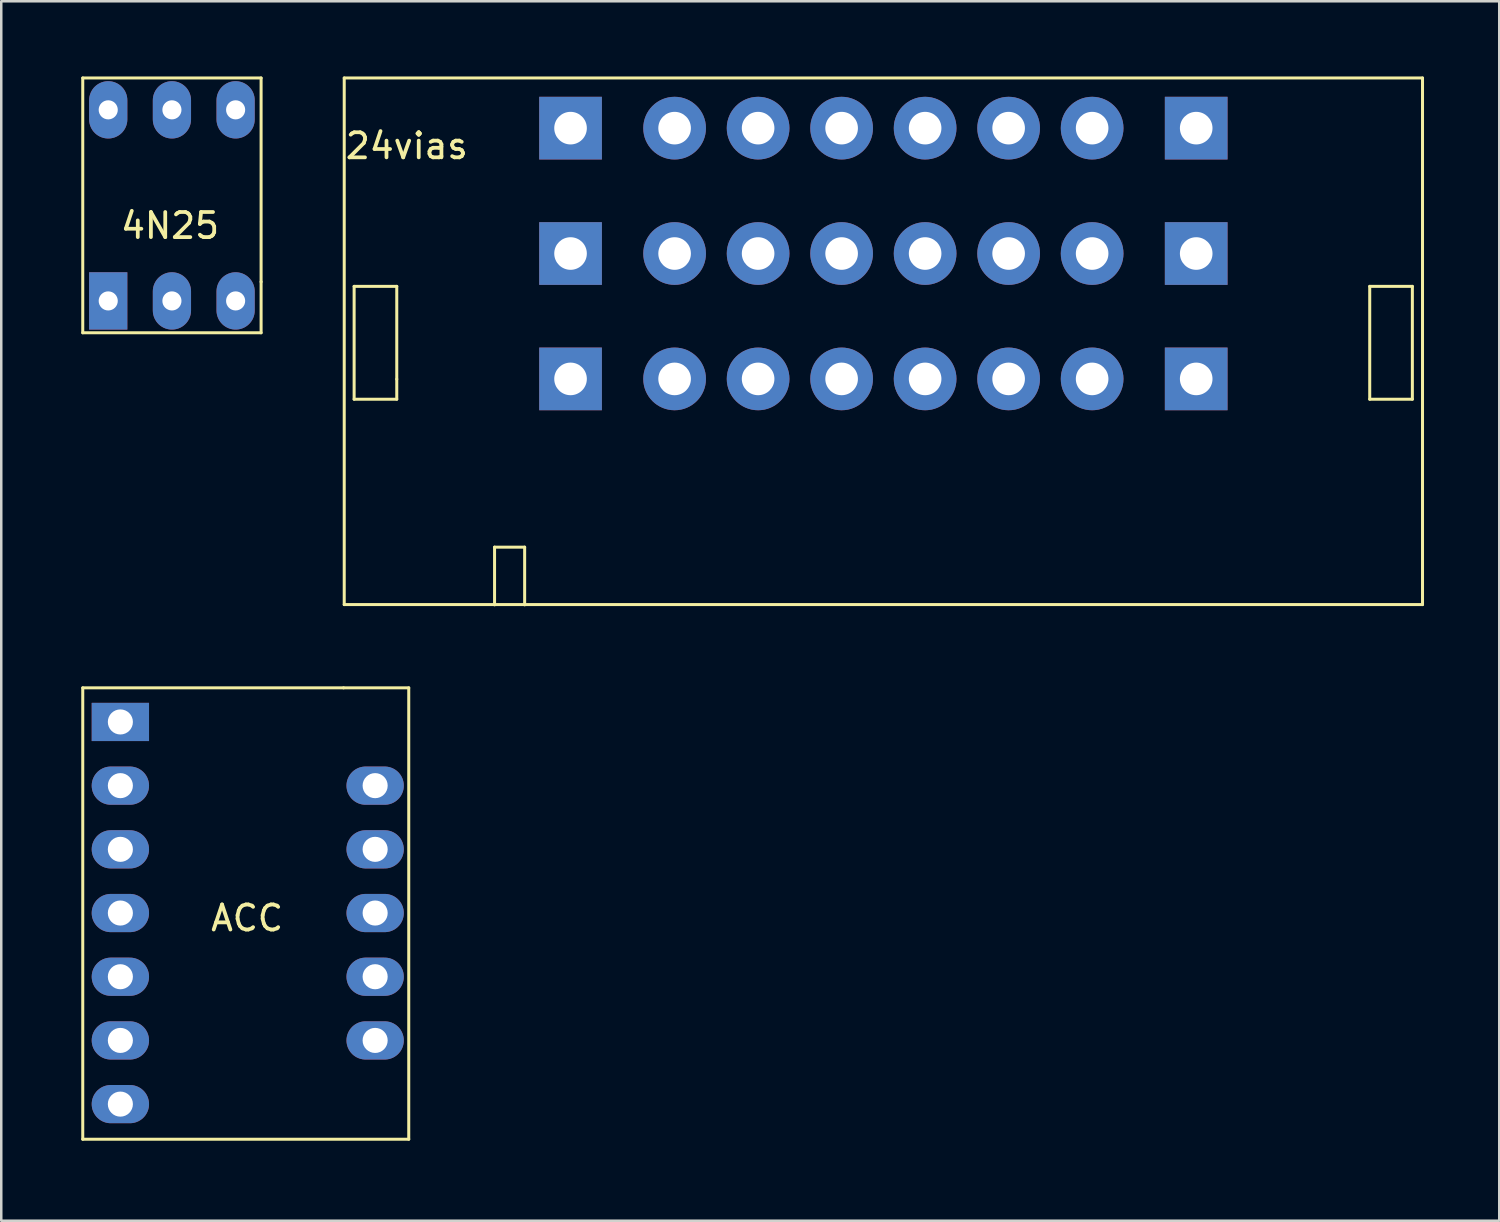
<source format=kicad_pcb>
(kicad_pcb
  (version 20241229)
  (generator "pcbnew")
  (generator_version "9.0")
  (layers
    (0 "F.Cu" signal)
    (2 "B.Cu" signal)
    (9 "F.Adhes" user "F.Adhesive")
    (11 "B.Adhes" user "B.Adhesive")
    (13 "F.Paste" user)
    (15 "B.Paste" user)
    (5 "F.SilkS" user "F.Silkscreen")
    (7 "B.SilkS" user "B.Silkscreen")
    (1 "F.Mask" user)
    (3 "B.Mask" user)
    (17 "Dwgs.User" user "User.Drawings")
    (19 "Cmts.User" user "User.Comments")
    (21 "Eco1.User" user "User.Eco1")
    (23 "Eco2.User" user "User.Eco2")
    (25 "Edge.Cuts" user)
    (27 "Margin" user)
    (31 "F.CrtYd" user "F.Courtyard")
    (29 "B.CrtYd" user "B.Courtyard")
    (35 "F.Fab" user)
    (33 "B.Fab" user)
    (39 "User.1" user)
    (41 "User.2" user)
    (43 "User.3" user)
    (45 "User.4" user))
  (footprint "24vias"
    (layer "F.Cu")
    (at 10.672 21.07)
    (property "Reference" "24vias" (at 2.5 -18.3 0) (layer "F.SilkS") (effects (font (size 1 1) (thickness 0.15))))
    (attr through_hole)
    (fp_line (start 0.005 -21.01) (end 43.005 -21.01) (stroke (width 0.12) (type solid)) (layer "F.SilkS"))
    (fp_line (start 0.005 -0.01) (end 0.005 -21.01) (stroke (width 0.12) (type solid)) (layer "F.SilkS"))
    (fp_line (start 0.005 -0.01) (end 43.005 -0.01) (stroke (width 0.12) (type solid)) (layer "F.SilkS"))
    (fp_line (start 0.4 -12.7) (end 0.4 -8.2) (stroke (width 0.12) (type solid)) (layer "F.SilkS"))
    (fp_line (start 0.4 -8.2) (end 2.1 -8.2) (stroke (width 0.12) (type solid)) (layer "F.SilkS"))
    (fp_line (start 2.1 -12.7) (end 0.4 -12.7) (stroke (width 0.12) (type solid)) (layer "F.SilkS"))
    (fp_line (start 2.1 -9) (end 2.1 -12.7) (stroke (width 0.12) (type solid)) (layer "F.SilkS"))
    (fp_line (start 2.1 -8.2) (end 2.1 -9) (stroke (width 0.12) (type solid)) (layer "F.SilkS"))
    (fp_line (start 6 -2.3) (end 7.2 -2.3) (stroke (width 0.12) (type solid)) (layer "F.SilkS"))
    (fp_line (start 6 0) (end 6 -2.3) (stroke (width 0.12) (type solid)) (layer "F.SilkS"))
    (fp_line (start 7.2 -2.3) (end 7.2 0) (stroke (width 0.12) (type solid)) (layer "F.SilkS"))
    (fp_line (start 40.9 -12.7) (end 40.9 -8.2) (stroke (width 0.12) (type solid)) (layer "F.SilkS"))
    (fp_line (start 42.6 -12.7) (end 40.9 -12.7) (stroke (width 0.12) (type solid)) (layer "F.SilkS"))
    (fp_line (start 42.6 -8.2) (end 40.9 -8.2) (stroke (width 0.12) (type solid)) (layer "F.SilkS"))
    (fp_line (start 42.6 -8.2) (end 42.6 -12.7) (stroke (width 0.12) (type solid)) (layer "F.SilkS"))
    (fp_line (start 43.005 -21.01) (end 43.005 -0.01) (stroke (width 0.12) (type solid)) (layer "F.SilkS"))
    (pad "1" thru_hole rect (at 9.03 -9.01) (size 2.5 2.5) (drill 1.3) (layers "*.Cu" "*.Mask"))
    (pad "2" thru_hole circle (at 13.18 -9.01) (size 2.5 2.5) (drill 1.3) (layers "*.Cu" "*.Mask"))
    (pad "3" thru_hole circle (at 16.51 -9.01) (size 2.5 2.5) (drill 1.3) (layers "*.Cu" "*.Mask"))
    (pad "4" thru_hole circle (at 19.84 -9.01) (size 2.5 2.5) (drill 1.3) (layers "*.Cu" "*.Mask"))
    (pad "5" thru_hole circle (at 23.17 -9.01) (size 2.5 2.5) (drill 1.3) (layers "*.Cu" "*.Mask"))
    (pad "6" thru_hole circle (at 26.5 -9.01) (size 2.5 2.5) (drill 1.3) (layers "*.Cu" "*.Mask"))
    (pad "7" thru_hole circle (at 29.83 -9.01) (size 2.5 2.5) (drill 1.3) (layers "*.Cu" "*.Mask"))
    (pad "8" thru_hole rect (at 33.98 -9.01) (size 2.5 2.5) (drill 1.3) (layers "*.Cu" "*.Mask"))
    (pad "9" thru_hole rect (at 9.03 -14.01) (size 2.5 2.5) (drill 1.3) (layers "*.Cu" "*.Mask"))
    (pad "10" thru_hole circle (at 13.18 -14.01) (size 2.5 2.5) (drill 1.3) (layers "*.Cu" "*.Mask"))
    (pad "11" thru_hole circle (at 16.51 -14.01) (size 2.5 2.5) (drill 1.3) (layers "*.Cu" "*.Mask"))
    (pad "12" thru_hole circle (at 19.84 -14.01) (size 2.5 2.5) (drill 1.3) (layers "*.Cu" "*.Mask"))
    (pad "13" thru_hole circle (at 23.17 -14.01) (size 2.5 2.5) (drill 1.3) (layers "*.Cu" "*.Mask"))
    (pad "14" thru_hole circle (at 26.5 -14.01) (size 2.5 2.5) (drill 1.3) (layers "*.Cu" "*.Mask"))
    (pad "15" thru_hole circle (at 29.83 -14.01) (size 2.5 2.5) (drill 1.3) (layers "*.Cu" "*.Mask"))
    (pad "16" thru_hole rect (at 33.98 -14.01) (size 2.5 2.5) (drill 1.3) (layers "*.Cu" "*.Mask"))
    (pad "17" thru_hole rect (at 9.03 -19.01) (size 2.5 2.5) (drill 1.3) (layers "*.Cu" "*.Mask"))
    (pad "18" thru_hole circle (at 13.18 -19.01) (size 2.5 2.5) (drill 1.3) (layers "*.Cu" "*.Mask"))
    (pad "19" thru_hole circle (at 16.51 -19.01) (size 2.5 2.5) (drill 1.3) (layers "*.Cu" "*.Mask"))
    (pad "20" thru_hole circle (at 19.84 -19.01) (size 2.5 2.5) (drill 1.3) (layers "*.Cu" "*.Mask"))
    (pad "21" thru_hole circle (at 23.17 -19.01) (size 2.5 2.5) (drill 1.3) (layers "*.Cu" "*.Mask"))
    (pad "22" thru_hole circle (at 26.5 -19.01) (size 2.5 2.5) (drill 1.3) (layers "*.Cu" "*.Mask"))
    (pad "23" thru_hole circle (at 29.83 -19.01) (size 2.5 2.5) (drill 1.3) (layers "*.Cu" "*.Mask"))
    (pad "24" thru_hole rect (at 33.98 -19.01) (size 2.5 2.5) (drill 1.3) (layers "*.Cu" "*.Mask")))
  (footprint "ACC"
    (layer "F.Cu")
    (at 0.25 42.38)
    (property "Reference" "ACC" (at 6.555 -8.817 0) (layer "F.SilkS") (effects (font (size 1 1) (thickness 0.15))))
    (attr through_hole)
    (fp_line (start 0 -18) (end 10.4 -18) (stroke (width 0.12) (type solid)) (layer "F.SilkS"))
    (fp_line (start 0 0) (end 0 -18) (stroke (width 0.12) (type solid)) (layer "F.SilkS"))
    (fp_line (start 0 0) (end 13 0) (stroke (width 0.12) (type solid)) (layer "F.SilkS"))
    (fp_line (start 13 -18) (end 10.4 -18) (stroke (width 0.12) (type solid)) (layer "F.SilkS"))
    (fp_line (start 13 0) (end 13 -18) (stroke (width 0.12) (type solid)) (layer "F.SilkS"))
    (pad "1" thru_hole rect (at 1.5 -16.64) (size 2.286 1.524) (drill 1) (layers "*.Cu" "*.Mask"))
    (pad "2" thru_hole oval (at 1.5 -14.1) (size 2.286 1.524) (drill 1) (layers "*.Cu" "*.Mask"))
    (pad "3" thru_hole oval (at 1.5 -11.56) (size 2.286 1.524) (drill 1) (layers "*.Cu" "*.Mask"))
    (pad "4" thru_hole oval (at 1.5 -9.02) (size 2.286 1.524) (drill 1) (layers "*.Cu" "*.Mask"))
    (pad "5" thru_hole oval (at 1.5 -6.48) (size 2.286 1.524) (drill 1) (layers "*.Cu" "*.Mask"))
    (pad "6" thru_hole oval (at 1.5 -3.94) (size 2.286 1.524) (drill 1) (layers "*.Cu" "*.Mask"))
    (pad "7" thru_hole oval (at 1.5 -1.4) (size 2.286 1.524) (drill 1) (layers "*.Cu" "*.Mask"))
    (pad "8" thru_hole oval (at 11.66 -3.94) (size 2.286 1.524) (drill 1) (layers "*.Cu" "*.Mask"))
    (pad "9" thru_hole oval (at 11.66 -6.48) (size 2.286 1.524) (drill 1) (layers "*.Cu" "*.Mask"))
    (pad "10" thru_hole oval (at 11.66 -9.02) (size 2.286 1.524) (drill 1) (layers "*.Cu" "*.Mask"))
    (pad "11" thru_hole oval (at 11.66 -11.56) (size 2.286 1.524) (drill 1) (layers "*.Cu" "*.Mask"))
    (pad "12" thru_hole oval (at 11.66 -14.1) (size 2.286 1.524) (drill 1) (layers "*.Cu" "*.Mask")))
  (footprint "4N25"
    (layer "F.Cu")
    (at 0.25 10.22)
    (property "Reference" "4N25" (at 3.48 -4.27 0) (layer "F.SilkS") (effects (font (size 1 1) (thickness 0.15))))
    (attr through_hole)
    (fp_line (start 0 -10.16) (end 0 0) (stroke (width 0.12) (type solid)) (layer "F.SilkS"))
    (fp_line (start 0 0) (end 7.112 0) (stroke (width 0.12) (type solid)) (layer "F.SilkS"))
    (fp_line (start 7.112 -10.16) (end 0 -10.16) (stroke (width 0.12) (type solid)) (layer "F.SilkS"))
    (fp_line (start 7.112 -2.032) (end 7.112 -10.16) (stroke (width 0.12) (type solid)) (layer "F.SilkS"))
    (fp_line (start 7.112 0) (end 7.112 -2.032) (stroke (width 0.12) (type solid)) (layer "F.SilkS"))
    (pad "1" thru_hole rect (at 1.016 -1.27) (size 1.524 2.286) (drill 0.762) (layers "*.Cu" "*.Mask"))
    (pad "2" thru_hole oval (at 3.556 -1.27) (size 1.524 2.286) (drill 0.762) (layers "*.Cu" "*.Mask"))
    (pad "3" thru_hole oval (at 6.096 -1.27) (size 1.524 2.286) (drill 0.762) (layers "*.Cu" "*.Mask"))
    (pad "4" thru_hole oval (at 6.096 -8.89) (size 1.524 2.286) (drill 0.762) (layers "*.Cu" "*.Mask"))
    (pad "5" thru_hole oval (at 3.556 -8.89) (size 1.524 2.286) (drill 0.762) (layers "*.Cu" "*.Mask"))
    (pad "6" thru_hole oval (at 1.016 -8.89) (size 1.524 2.286) (drill 0.762) (layers "*.Cu" "*.Mask")))
  (gr_rect
    (start -3 -3)
    (end 56.737 45.63)
    (stroke (width 0.1) (type default))
    (fill no)
    (layer "Edge.Cuts")))
</source>
